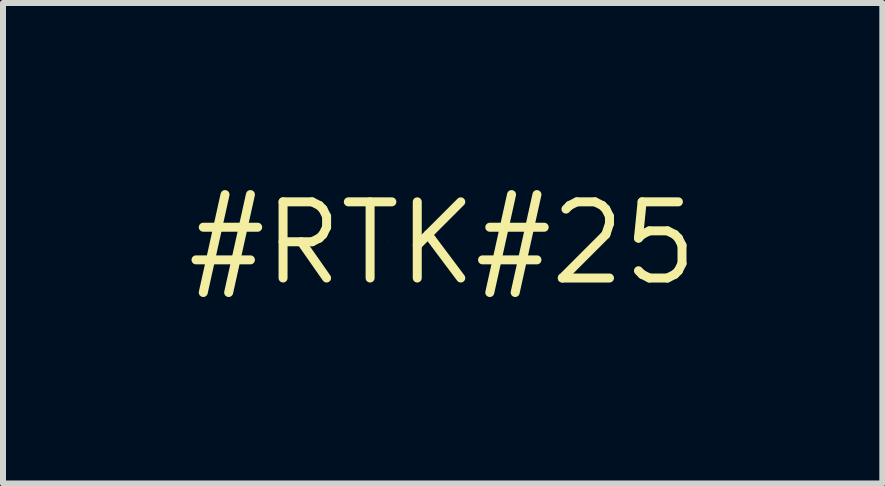
<source format=kicad_pcb>
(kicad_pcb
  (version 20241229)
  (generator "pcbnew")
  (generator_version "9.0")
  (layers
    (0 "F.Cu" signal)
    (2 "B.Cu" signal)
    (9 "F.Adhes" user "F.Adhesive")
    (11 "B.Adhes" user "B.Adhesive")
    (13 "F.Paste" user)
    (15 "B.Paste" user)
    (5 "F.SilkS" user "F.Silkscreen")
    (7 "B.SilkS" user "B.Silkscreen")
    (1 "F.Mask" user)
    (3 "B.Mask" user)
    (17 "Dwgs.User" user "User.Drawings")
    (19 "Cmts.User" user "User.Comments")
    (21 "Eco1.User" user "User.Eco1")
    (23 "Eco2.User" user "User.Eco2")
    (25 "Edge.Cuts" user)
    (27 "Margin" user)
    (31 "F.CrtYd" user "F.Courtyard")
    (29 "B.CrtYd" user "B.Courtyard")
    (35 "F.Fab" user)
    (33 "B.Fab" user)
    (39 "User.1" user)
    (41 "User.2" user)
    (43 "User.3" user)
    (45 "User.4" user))
  (footprint "#RTK#25"
    (layer "F.Cu")
    (at 4.331 1.006)
    (property "Reference" "#RTK#25" (at 0 0 0) (layer "F.SilkS") (effects (font (size 1.27 1.27) (thickness 0.15))))
    (fp_poly (pts (xy -0.905 -0.02) (xy -0.91 -0.02) (xy -0.91 -0.025) (xy -0.905 -0.025)) (stroke (width 0) (type default)) (fill yes) (layer "F.SilkS")))
  (gr_rect
    (start -3 -3)
    (end 11.663 5.012)
    (stroke (width 0.1) (type default))
    (fill no)
    (layer "Edge.Cuts")))
</source>
